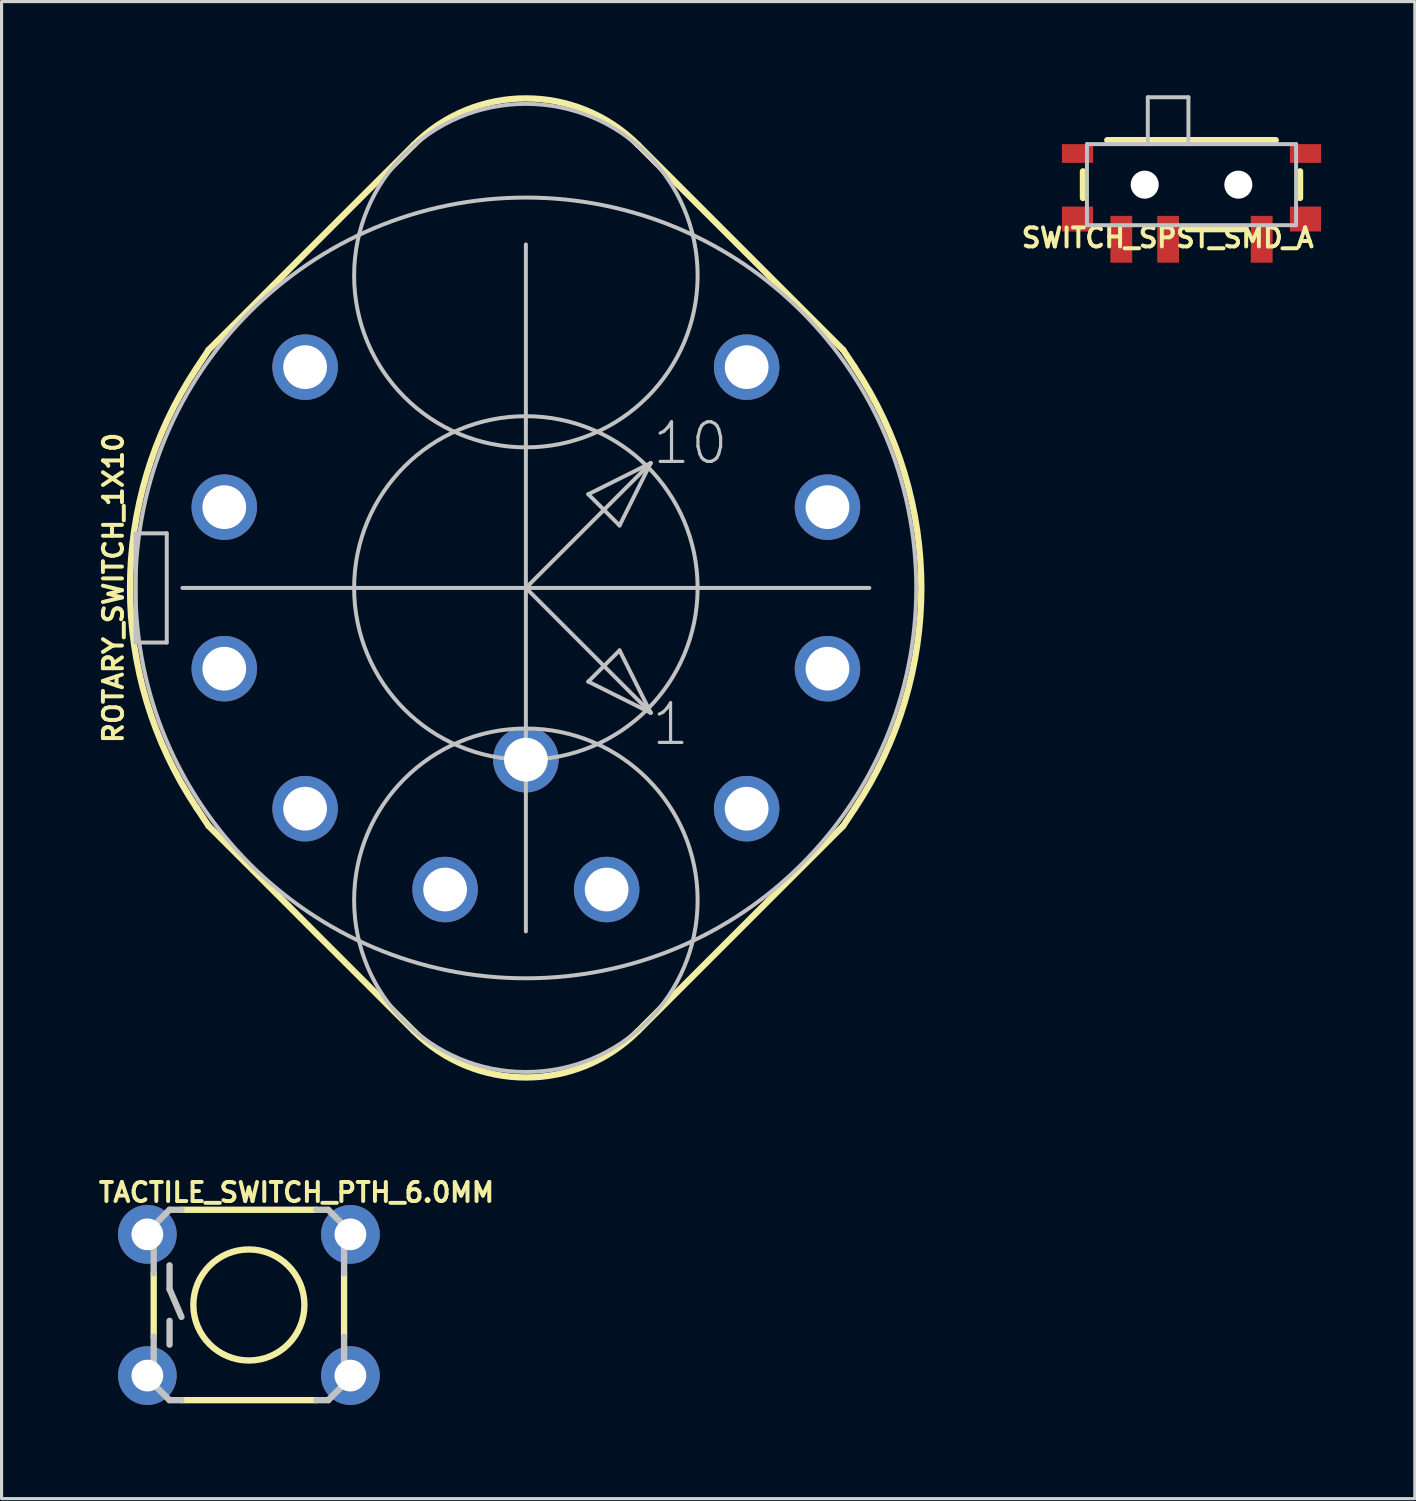
<source format=kicad_pcb>
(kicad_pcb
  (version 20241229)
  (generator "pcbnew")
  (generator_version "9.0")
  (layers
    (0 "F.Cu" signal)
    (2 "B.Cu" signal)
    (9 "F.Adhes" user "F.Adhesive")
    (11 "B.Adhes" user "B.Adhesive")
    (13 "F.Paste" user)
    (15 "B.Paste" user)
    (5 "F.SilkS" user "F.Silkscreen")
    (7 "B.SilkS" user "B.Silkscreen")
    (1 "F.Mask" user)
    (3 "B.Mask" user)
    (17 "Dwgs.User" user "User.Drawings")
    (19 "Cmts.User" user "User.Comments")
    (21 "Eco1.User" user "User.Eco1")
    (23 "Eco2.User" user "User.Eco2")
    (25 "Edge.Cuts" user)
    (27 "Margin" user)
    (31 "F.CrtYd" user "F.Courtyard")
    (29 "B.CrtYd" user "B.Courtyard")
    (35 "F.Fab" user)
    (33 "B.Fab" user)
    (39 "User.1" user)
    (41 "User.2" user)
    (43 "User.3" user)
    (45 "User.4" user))
  (footprint "SWITCH_SPST_SMD_A"
    (layer "F.Cu")
    (at 35.101 2.863)
    (property "Reference" "SWITCH_SPST_SMD_A" (at -0.762 1.702 180) (layer "F.SilkS") (effects (font (size 0.61 0.61) (thickness 0.127))))
    (attr smd)
    (fp_line (start -3.475 -0.427) (end -3.475 0.427) (stroke (width 0.203) (type solid)) (layer "F.SilkS"))
    (fp_line (start 1.626 1.425) (end -0.127 1.425) (stroke (width 0.203) (type solid)) (layer "F.SilkS"))
    (fp_line (start 2.697 -1.425) (end -2.697 -1.425) (stroke (width 0.203) (type solid)) (layer "F.SilkS"))
    (fp_line (start 3.475 -0.427) (end 3.475 0.427) (stroke (width 0.203) (type solid)) (layer "F.SilkS"))
    (fp_line (start -3.348 -1.298) (end -3.348 1.298) (stroke (width 0.127) (type solid)) (layer "Dwgs.User"))
    (fp_line (start -3.348 1.298) (end 3.348 1.298) (stroke (width 0.127) (type solid)) (layer "Dwgs.User"))
    (fp_line (start -1.4 -2.799) (end -1.4 -1.298) (stroke (width 0.127) (type solid)) (layer "Dwgs.User"))
    (fp_line (start -1.4 -1.298) (end -3.348 -1.298) (stroke (width 0.127) (type solid)) (layer "Dwgs.User"))
    (fp_line (start -0.099 -2.799) (end -1.4 -2.799) (stroke (width 0.127) (type solid)) (layer "Dwgs.User"))
    (fp_line (start -0.099 -1.298) (end -1.4 -1.298) (stroke (width 0.127) (type solid)) (layer "Dwgs.User"))
    (fp_line (start -0.099 -1.298) (end -0.099 -2.799) (stroke (width 0.127) (type solid)) (layer "Dwgs.User"))
    (fp_line (start 3.348 -1.298) (end -0.099 -1.298) (stroke (width 0.127) (type solid)) (layer "Dwgs.User"))
    (fp_line (start 3.348 1.298) (end 3.348 -1.298) (stroke (width 0.127) (type solid)) (layer "Dwgs.User"))
    (pad "" np_thru_hole circle (at -1.499 0) (size 0.899 0.899) (drill 0.899) (layers "*.Cu" "*.Mask"))
    (pad "" np_thru_hole circle (at 1.499 0) (size 0.899 0.899) (drill 0.899) (layers "*.Cu" "*.Mask"))
    (pad "1" smd rect (at -2.248 1.748 180) (size 0.699 1.499) (layers "F.Cu" "F.Mask" "F.Paste"))
    (pad "2" smd rect (at -0.749 1.748 180) (size 0.699 1.499) (layers "F.Cu" "F.Mask" "F.Paste"))
    (pad "3" smd rect (at 2.248 1.748 180) (size 0.699 1.499) (layers "F.Cu" "F.Mask" "F.Paste"))
    (pad "GND1" smd rect (at -3.65 -0.998) (size 0.998 0.599) (layers "F.Cu" "F.Mask" "F.Paste"))
    (pad "GND2" smd rect (at -3.65 1.1) (size 0.998 0.798) (layers "F.Cu" "F.Mask" "F.Paste"))
    (pad "GND3" smd rect (at 3.65 -0.998) (size 0.998 0.599) (layers "F.Cu" "F.Mask" "F.Paste"))
    (pad "GND4" smd rect (at 3.65 1.1) (size 0.998 0.798) (layers "F.Cu" "F.Mask" "F.Paste")))
  (footprint "TACTILE_SWITCH_PTH_6.0MM"
    (layer "F.Cu")
    (at 4.919 38.734)
    (property "Reference" "TACTILE_SWITCH_PTH_6.0MM" (at 1.524 -3.604 0) (layer "F.SilkS") (effects (font (size 0.61 0.61) (thickness 0.127))))
    (attr exclude_from_pos_files exclude_from_bom)
    (fp_line (start -3.048 -1.026) (end -3.048 1.016) (stroke (width 0.203) (type solid)) (layer "F.SilkS"))
    (fp_line (start -2.159 3.048) (end 2.159 3.048) (stroke (width 0.203) (type solid)) (layer "F.SilkS"))
    (fp_line (start 2.159 -3.048) (end -2.159 -3.048) (stroke (width 0.203) (type solid)) (layer "F.SilkS"))
    (fp_line (start 3.048 -0.996) (end 3.048 1.016) (stroke (width 0.203) (type solid)) (layer "F.SilkS"))
    (fp_circle (center 0 0) (end 0 -1.778) (stroke (width 0.203) (type solid)) (fill no) (layer "F.SilkS"))
    (fp_line (start -3.048 -2.54) (end -3.048 -1.016) (stroke (width 0.203) (type solid)) (layer "Dwgs.User"))
    (fp_line (start -3.048 2.54) (end -3.048 1.016) (stroke (width 0.203) (type solid)) (layer "Dwgs.User"))
    (fp_line (start -2.54 -3.048) (end -3.048 -2.54) (stroke (width 0.203) (type solid)) (layer "Dwgs.User"))
    (fp_line (start -2.54 -3.048) (end -2.159 -3.048) (stroke (width 0.203) (type solid)) (layer "Dwgs.User"))
    (fp_line (start -2.54 -1.27) (end -2.54 -0.508) (stroke (width 0.203) (type solid)) (layer "Dwgs.User"))
    (fp_line (start -2.54 -0.508) (end -2.159 0.381) (stroke (width 0.203) (type solid)) (layer "Dwgs.User"))
    (fp_line (start -2.54 0.508) (end -2.54 1.27) (stroke (width 0.203) (type solid)) (layer "Dwgs.User"))
    (fp_line (start -2.54 3.048) (end -3.048 2.54) (stroke (width 0.203) (type solid)) (layer "Dwgs.User"))
    (fp_line (start -2.54 3.048) (end -2.159 3.048) (stroke (width 0.203) (type solid)) (layer "Dwgs.User"))
    (fp_line (start 2.54 -3.048) (end 2.159 -3.048) (stroke (width 0.203) (type solid)) (layer "Dwgs.User"))
    (fp_line (start 2.54 3.048) (end 2.159 3.048) (stroke (width 0.203) (type solid)) (layer "Dwgs.User"))
    (fp_line (start 2.54 3.048) (end 3.048 2.54) (stroke (width 0.203) (type solid)) (layer "Dwgs.User"))
    (fp_line (start 3.048 -2.54) (end 2.54 -3.048) (stroke (width 0.203) (type solid)) (layer "Dwgs.User"))
    (fp_line (start 3.048 -1.016) (end 3.048 -2.54) (stroke (width 0.203) (type solid)) (layer "Dwgs.User"))
    (fp_line (start 3.048 2.54) (end 3.048 1.016) (stroke (width 0.203) (type solid)) (layer "Dwgs.User"))
    (pad "1" thru_hole circle (at -3.251 -2.261) (size 1.88 1.88) (drill 1.016) (layers "*.Cu" "*.Paste" "*.Mask"))
    (pad "2" thru_hole circle (at 3.251 -2.261) (size 1.88 1.88) (drill 1.016) (layers "*.Cu" "*.Paste" "*.Mask"))
    (pad "3" thru_hole circle (at -3.251 2.261) (size 1.88 1.88) (drill 1.016) (layers "*.Cu" "*.Paste" "*.Mask"))
    (pad "4" thru_hole circle (at 3.251 2.261) (size 1.88 1.88) (drill 1.016) (layers "*.Cu" "*.Paste" "*.Mask")))
  (footprint "ROTARY_SWITCH_1X10"
    (layer "F.Cu")
    (at 13.788 15.775)
    (property "Reference" "ROTARY_SWITCH_1X10" (at -13.208 0 90) (layer "F.SilkS") (effects (font (size 0.61 0.61) (thickness 0.127))))
    (attr exclude_from_pos_files exclude_from_bom)
    (fp_line (start -10.541 7.043) (end -10.16 7.62) (stroke (width 0.203) (type solid)) (layer "F.SilkS"))
    (fp_line (start -10.16 -7.62) (end -10.541 -7.043) (stroke (width 0.203) (type solid)) (layer "F.SilkS"))
    (fp_line (start -10.16 -7.62) (end -3.592 -14.186) (stroke (width 0.203) (type solid)) (layer "F.SilkS"))
    (fp_line (start -3.592 14.186) (end -10.16 7.62) (stroke (width 0.203) (type solid)) (layer "F.SilkS"))
    (fp_line (start 3.592 -14.186) (end 10.16 -7.62) (stroke (width 0.203) (type solid)) (layer "F.SilkS"))
    (fp_line (start 10.16 -7.62) (end 10.518 -7.079) (stroke (width 0.203) (type solid)) (layer "F.SilkS"))
    (fp_line (start 10.16 7.62) (end 3.592 14.186) (stroke (width 0.203) (type solid)) (layer "F.SilkS"))
    (fp_line (start 10.518 7.079) (end 10.16 7.62) (stroke (width 0.203) (type solid)) (layer "F.SilkS"))
    (fp_arc (start -10.541 7.04342) (mid -12.673786 0.009583) (end -10.551621 -7.027465) (stroke (width 0.2032) (type solid)) (layer "F.SilkS"))
    (fp_arc (start -3.59156 -14.1859) (mid 0 -15.673573) (end 3.59156 -14.1859) (stroke (width 0.2032) (type solid)) (layer "F.SilkS"))
    (fp_arc (start 3.59156 14.1859) (mid 0 15.673573) (end -3.59156 14.1859) (stroke (width 0.2032) (type solid)) (layer "F.SilkS"))
    (fp_arc (start 10.51814 -7.07898) (mid 12.661692 -0.009628) (end 10.52881 7.06295) (stroke (width 0.2032) (type solid)) (layer "F.SilkS"))
    (fp_line (start -12.499 -1.748) (end -11.499 -1.748) (stroke (width 0.127) (type solid)) (layer "Dwgs.User"))
    (fp_line (start -12.499 1.748) (end -12.499 -1.748) (stroke (width 0.127) (type solid)) (layer "Dwgs.User"))
    (fp_line (start -11.499 -1.748) (end -11.499 1.748) (stroke (width 0.127) (type solid)) (layer "Dwgs.User"))
    (fp_line (start -11.499 1.748) (end -12.499 1.748) (stroke (width 0.127) (type solid)) (layer "Dwgs.User"))
    (fp_line (start -10.998 0) (end 0 0) (stroke (width 0.127) (type solid)) (layer "Dwgs.User"))
    (fp_line (start 0 -10.998) (end 0 0) (stroke (width 0.127) (type solid)) (layer "Dwgs.User"))
    (fp_line (start 0 0) (end 0 10.998) (stroke (width 0.127) (type solid)) (layer "Dwgs.User"))
    (fp_line (start 0 0) (end 3.998 -3.998) (stroke (width 0.127) (type solid)) (layer "Dwgs.User"))
    (fp_line (start 0 0) (end 3.998 3.998) (stroke (width 0.127) (type solid)) (layer "Dwgs.User"))
    (fp_line (start 0 0) (end 10.998 0) (stroke (width 0.127) (type solid)) (layer "Dwgs.User"))
    (fp_line (start 1.999 -3) (end 3 -1.999) (stroke (width 0.127) (type solid)) (layer "Dwgs.User"))
    (fp_line (start 1.999 3) (end 3.998 3.998) (stroke (width 0.127) (type solid)) (layer "Dwgs.User"))
    (fp_line (start 3 -1.999) (end 3.998 -3.998) (stroke (width 0.127) (type solid)) (layer "Dwgs.User"))
    (fp_line (start 3 1.999) (end 1.999 3) (stroke (width 0.127) (type solid)) (layer "Dwgs.User"))
    (fp_line (start 3.998 -3.998) (end 1.999 -3) (stroke (width 0.127) (type solid)) (layer "Dwgs.User"))
    (fp_line (start 3.998 3.998) (end 3 1.999) (stroke (width 0.127) (type solid)) (layer "Dwgs.User"))
    (fp_circle (center 0 -10) (end 0 -15.499) (stroke (width 0.127) (type solid)) (fill no) (layer "Dwgs.User"))
    (fp_circle (center 0 0) (end 0 -12.499) (stroke (width 0.127) (type solid)) (fill no) (layer "Dwgs.User"))
    (fp_circle (center 0 0) (end 0 -5.499) (stroke (width 0.127) (type solid)) (fill no) (layer "Dwgs.User"))
    (fp_circle (center 0 10) (end 0 4.501) (stroke (width 0.127) (type solid)) (fill no) (layer "Dwgs.User"))
    (fp_text user "10" (at 5.268 -4.633 0) (layer "Dwgs.User") (effects (font (size 1.27 1.27) (thickness 0.102))))
    (fp_text user "1" (at 4.633 4.364 0) (layer "Dwgs.User") (effects (font (size 1.27 1.27) (thickness 0.102))))
    (pad "1" thru_hole circle (at 7.069 -7.069) (size 2.098 2.098) (drill 1.4) (layers "*.Cu" "*.Paste" "*.Mask"))
    (pad "2" thru_hole circle (at 9.657 -2.586) (size 2.098 2.098) (drill 1.4) (layers "*.Cu" "*.Paste" "*.Mask"))
    (pad "3" thru_hole circle (at 9.657 2.586) (size 2.098 2.098) (drill 1.4) (layers "*.Cu" "*.Paste" "*.Mask"))
    (pad "4" thru_hole circle (at 7.069 7.069) (size 2.098 2.098) (drill 1.4) (layers "*.Cu" "*.Paste" "*.Mask"))
    (pad "5" thru_hole circle (at 2.586 9.657) (size 2.098 2.098) (drill 1.4) (layers "*.Cu" "*.Paste" "*.Mask"))
    (pad "6" thru_hole circle (at -2.586 9.657) (size 2.098 2.098) (drill 1.4) (layers "*.Cu" "*.Paste" "*.Mask"))
    (pad "7" thru_hole circle (at -7.069 7.069) (size 2.098 2.098) (drill 1.4) (layers "*.Cu" "*.Paste" "*.Mask"))
    (pad "8" thru_hole circle (at -9.657 2.586) (size 2.098 2.098) (drill 1.4) (layers "*.Cu" "*.Paste" "*.Mask"))
    (pad "9" thru_hole circle (at -9.657 -2.586) (size 2.098 2.098) (drill 1.4) (layers "*.Cu" "*.Paste" "*.Mask"))
    (pad "10" thru_hole circle (at -7.069 -7.069) (size 2.098 2.098) (drill 1.4) (layers "*.Cu" "*.Paste" "*.Mask"))
    (pad "COMM" thru_hole circle (at 0 5.499) (size 2.098 2.098) (drill 1.4) (layers "*.Cu" "*.Paste" "*.Mask")))
  (gr_rect
    (start -3 -3)
    (end 42.251 44.935)
    (stroke (width 0.1) (type default))
    (fill no)
    (layer "Edge.Cuts")))
</source>
